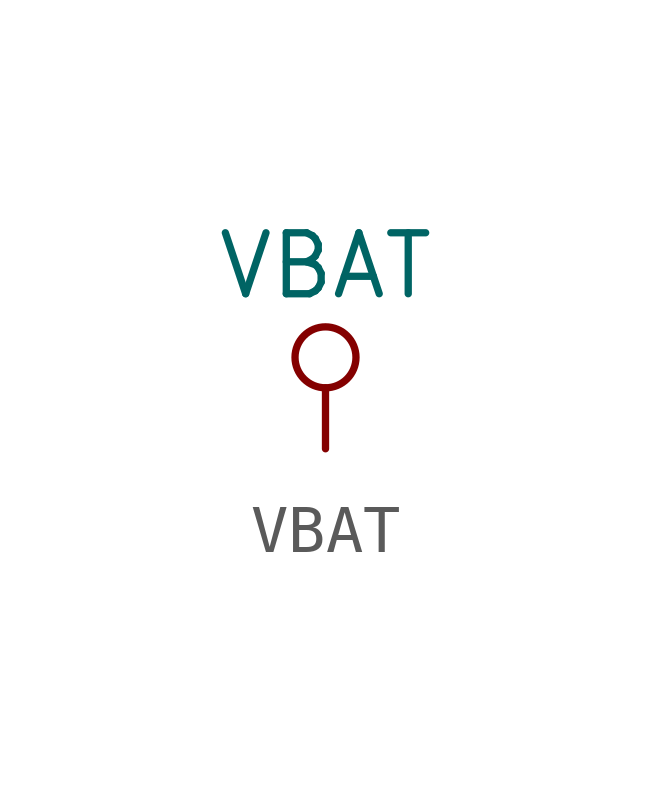
<source format=kicad_sym>
(kicad_symbol_lib
  (version 20211014)
  (generator kicad_symbol_editor)
  (symbol "VBAT"
    (power)
    (pin_names
      (offset 0))
    (property "Reference" "#PWR"
      (at 0 -3.81 0)
      (effects (font (size 1.27 1.27)) hide))
    (property "Value" "VBAT"
      (at 0 3.81 0)
      (effects (font (size 1.27 1.27))))
    (property "Footprint" ""
      (at 0 0 0)
      (effects (font (size 1.27 1.27))))
    (property "Datasheet" ""
      (at 0 0 0)
      (effects (font (size 1.27 1.27))))
    (symbol "VBAT_0_1"
      (polyline (pts (xy 0 0) (xy 0 1.27)) (stroke (width 0) (type default) (color 0 0 0 0)) (fill (type none)))
      (circle (center 0 1.905) (radius 0.635) (stroke (width 0) (type default) (color 0 0 0 0)) (fill (type none))))
    (symbol "VBAT_1_1"
      (pin power_in line (at 0 0 90) (length 0) hide (name "VBAT" (effects (font (size 1.27 1.27)))) (number "1" (effects (font (size 1.27 1.27))))))))
</source>
